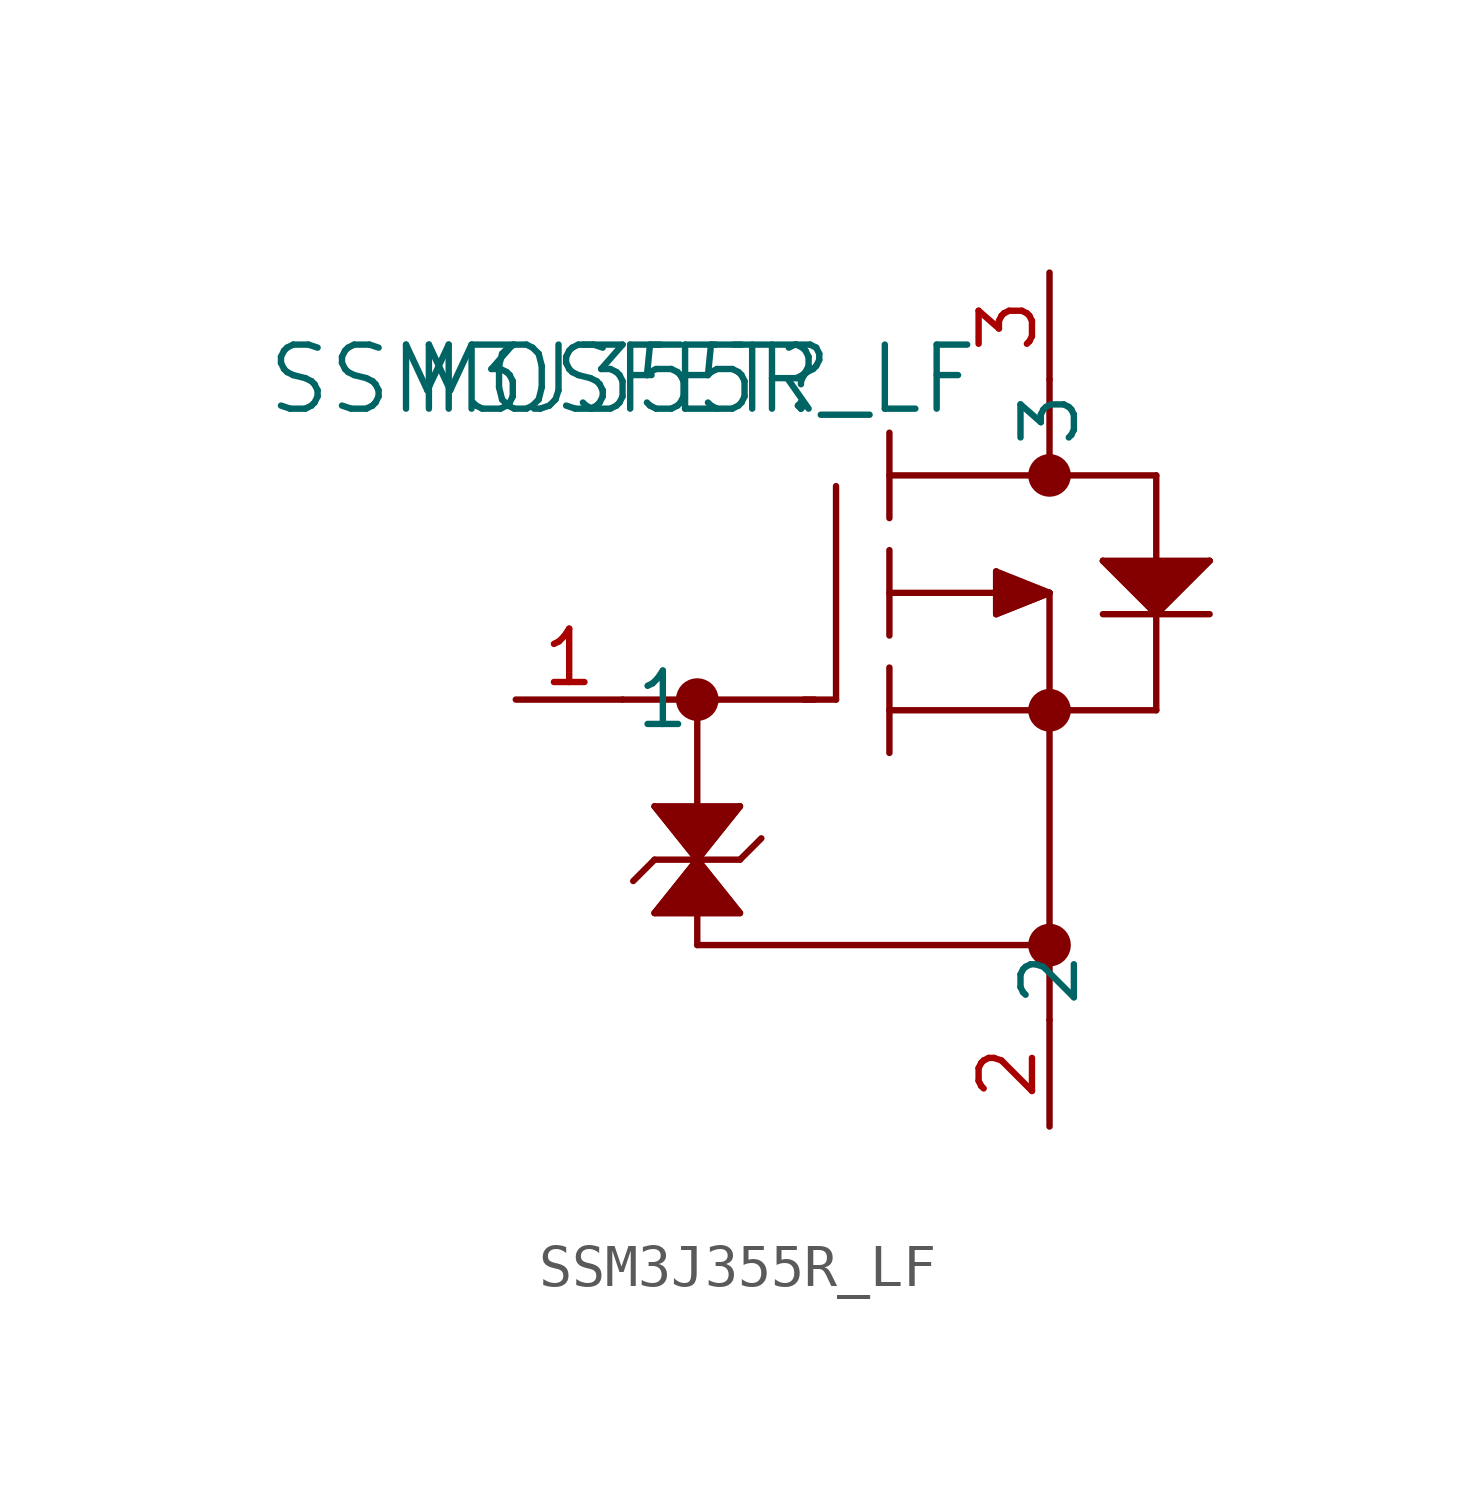
<source format=kicad_sym>
(kicad_symbol_lib
  (version 20211014)
  (generator kicad_symbol_editor)
  (symbol "SSM3J355R_LF"
    (pin_names
      (offset 0.254))
    (property "Reference" "MOSFET"
      (at 0 0 0)
      (effects (font (size 1.524 1.524))))
    (property "Value" "SSM3J355R_LF"
      (at 0 0 0)
      (effects (font (size 1.524 1.524))))
    (symbol "SSM3J355R_LF_0_1"
      (circle (center 1.778 -7.62) (radius 0.254) (stroke (width 0.508) (type default) (color 0 0 0 0)) (fill (type none)))
      (polyline (pts (xy 5.08 -7.62) (xy 5.08 -2.54)) (stroke (width 0.152) (type default) (color 0 0 0 0)) (fill (type none)))
      (polyline (pts (xy 6.35 -6.096) (xy 6.35 -4.064)) (stroke (width 0.152) (type default) (color 0 0 0 0)) (fill (type none)))
      (polyline (pts (xy 6.35 -3.302) (xy 6.35 -1.27)) (stroke (width 0.152) (type default) (color 0 0 0 0)) (fill (type none)))
      (polyline (pts (xy 6.35 -8.89) (xy 6.35 -6.858)) (stroke (width 0.152) (type default) (color 0 0 0 0)) (fill (type none)))
      (polyline (pts (xy 6.35 -7.874) (xy 12.7 -7.874)) (stroke (width 0.152) (type default) (color 0 0 0 0)) (fill (type none)))
      (polyline (pts (xy 6.35 -5.08) (xy 8.89 -5.08)) (stroke (width 0.152) (type default) (color 0 0 0 0)) (fill (type none)))
      (polyline (pts (xy 10.16 -5.08) (xy 10.16 -15.24)) (stroke (width 0.152) (type default) (color 0 0 0 0)) (fill (type none)))
      (polyline (pts (xy 12.7 -2.286) (xy 6.35 -2.286)) (stroke (width 0.152) (type default) (color 0 0 0 0)) (fill (type none)))
      (polyline (pts (xy 10.16 0) (xy 10.16 -2.286)) (stroke (width 0.152) (type default) (color 0 0 0 0)) (fill (type none)))
      (polyline (pts (xy 11.43 -5.588) (xy 13.97 -5.588)) (stroke (width 0.152) (type default) (color 0 0 0 0)) (fill (type none)))
      (polyline (pts (xy 12.7 -4.318) (xy 12.7 -2.286)) (stroke (width 0.152) (type default) (color 0 0 0 0)) (fill (type none)))
      (polyline (pts (xy 12.7 -7.874) (xy 12.7 -5.588)) (stroke (width 0.152) (type default) (color 0 0 0 0)) (fill (type none)))
      (polyline (pts (xy 5.08 -7.62) (xy 4.318 -7.62)) (stroke (width 0.152) (type default) (color 0 0 0 0)) (fill (type none)))
      (polyline (pts (xy 0.762 -11.43) (xy 2.794 -11.43)) (stroke (width 0.152) (type default) (color 0 0 0 0)) (fill (type none)))
      (polyline (pts (xy 0.762 -11.43) (xy 0.254 -11.938)) (stroke (width 0.152) (type default) (color 0 0 0 0)) (fill (type none)))
      (polyline (pts (xy 2.794 -11.43) (xy 3.302 -10.922)) (stroke (width 0.152) (type default) (color 0 0 0 0)) (fill (type none)))
      (polyline (pts (xy 0 -7.62) (xy 4.572 -7.62)) (stroke (width 0.152) (type default) (color 0 0 0 0)) (fill (type none)))
      (polyline (pts (xy 1.778 -7.62) (xy 1.778 -10.16)) (stroke (width 0.152) (type default) (color 0 0 0 0)) (fill (type none)))
      (polyline (pts (xy 1.778 -13.462) (xy 10.16 -13.462)) (stroke (width 0.152) (type default) (color 0 0 0 0)) (fill (type none)))
      (circle (center 10.16 -2.286) (radius 0.254) (stroke (width 0.508) (type default) (color 0 0 0 0)) (fill (type none)))
      (circle (center 10.16 -7.874) (radius 0.254) (stroke (width 0.508) (type default) (color 0 0 0 0)) (fill (type none)))
      (circle (center 10.16 -13.462) (radius 0.254) (stroke (width 0.508) (type default) (color 0 0 0 0)) (fill (type none)))
      (polyline (pts (xy 0.762 -10.16) (xy 1.778 -11.43)) (stroke (width 0.152) (type default) (color 0 0 0 0)) (fill (type none)))
      (polyline (pts (xy 0.762 -10.16) (xy 2.794 -10.16)) (stroke (width 0.152) (type default) (color 0 0 0 0)) (fill (type none)))
      (polyline (pts (xy 2.794 -10.16) (xy 1.778 -11.43)) (stroke (width 0.152) (type default) (color 0 0 0 0)) (fill (type none)))
      (polyline (pts (xy 1.778 -11.43) (xy 0.762 -12.7)) (stroke (width 0.152) (type default) (color 0 0 0 0)) (fill (type none)))
      (polyline (pts (xy 0.762 -12.7) (xy 2.794 -12.7)) (stroke (width 0.152) (type default) (color 0 0 0 0)) (fill (type none)))
      (polyline (pts (xy 2.794 -12.7) (xy 1.778 -11.43)) (stroke (width 0.152) (type default) (color 0 0 0 0)) (fill (type none)))
      (polyline (pts (xy 10.16 -5.08) (xy 8.89 -4.572)) (stroke (width 0.152) (type default) (color 0 0 0 0)) (fill (type none)))
      (polyline (pts (xy 8.89 -4.572) (xy 8.89 -5.588)) (stroke (width 0.152) (type default) (color 0 0 0 0)) (fill (type none)))
      (polyline (pts (xy 8.89 -5.588) (xy 10.16 -5.08)) (stroke (width 0.152) (type default) (color 0 0 0 0)) (fill (type none)))
      (polyline (pts (xy 11.43 -4.318) (xy 13.97 -4.318)) (stroke (width 0.152) (type default) (color 0 0 0 0)) (fill (type none)))
      (polyline (pts (xy 13.97 -4.318) (xy 12.7 -5.588)) (stroke (width 0.152) (type default) (color 0 0 0 0)) (fill (type none)))
      (polyline (pts (xy 12.7 -5.588) (xy 11.43 -4.318)) (stroke (width 0.152) (type default) (color 0 0 0 0)) (fill (type none)))
      (polyline (pts (xy 1.778 -12.7) (xy 1.778 -13.462)) (stroke (width 0.152) (type default) (color 0 0 0 0)) (fill (type none)))
      (polyline (pts (xy 0.762 -10.16) (xy 1.778 -11.43) (xy 0.762 -12.7) (xy 2.794 -12.7) (xy 1.778 -11.43) (xy 2.794 -10.16)) (stroke (width 0) (type default) (color 0 0 0 0)) (fill (type outline)))
      (polyline (pts (xy 8.89 -4.572) (xy 8.89 -5.588) (xy 10.16 -5.08)) (stroke (width 0) (type default) (color 0 0 0 0)) (fill (type outline)))
      (polyline (pts (xy 11.43 -4.318) (xy 12.7 -5.588) (xy 13.97 -4.318)) (stroke (width 0) (type default) (color 0 0 0 0)) (fill (type outline)))
      (pin unspecified line (at -2.54 -7.62 0) (length 2.54) (name "1" (effects (font (size 1.27 1.27)))) (number "1" (effects (font (size 1.27 1.27)))))
      (pin unspecified line (at 10.16 -17.78 90) (length 2.54) (name "2" (effects (font (size 1.27 1.27)))) (number "2" (effects (font (size 1.27 1.27)))))
      (pin unspecified line (at 10.16 2.54 270) (length 2.54) (name "3" (effects (font (size 1.27 1.27)))) (number "3" (effects (font (size 1.27 1.27))))))))
</source>
